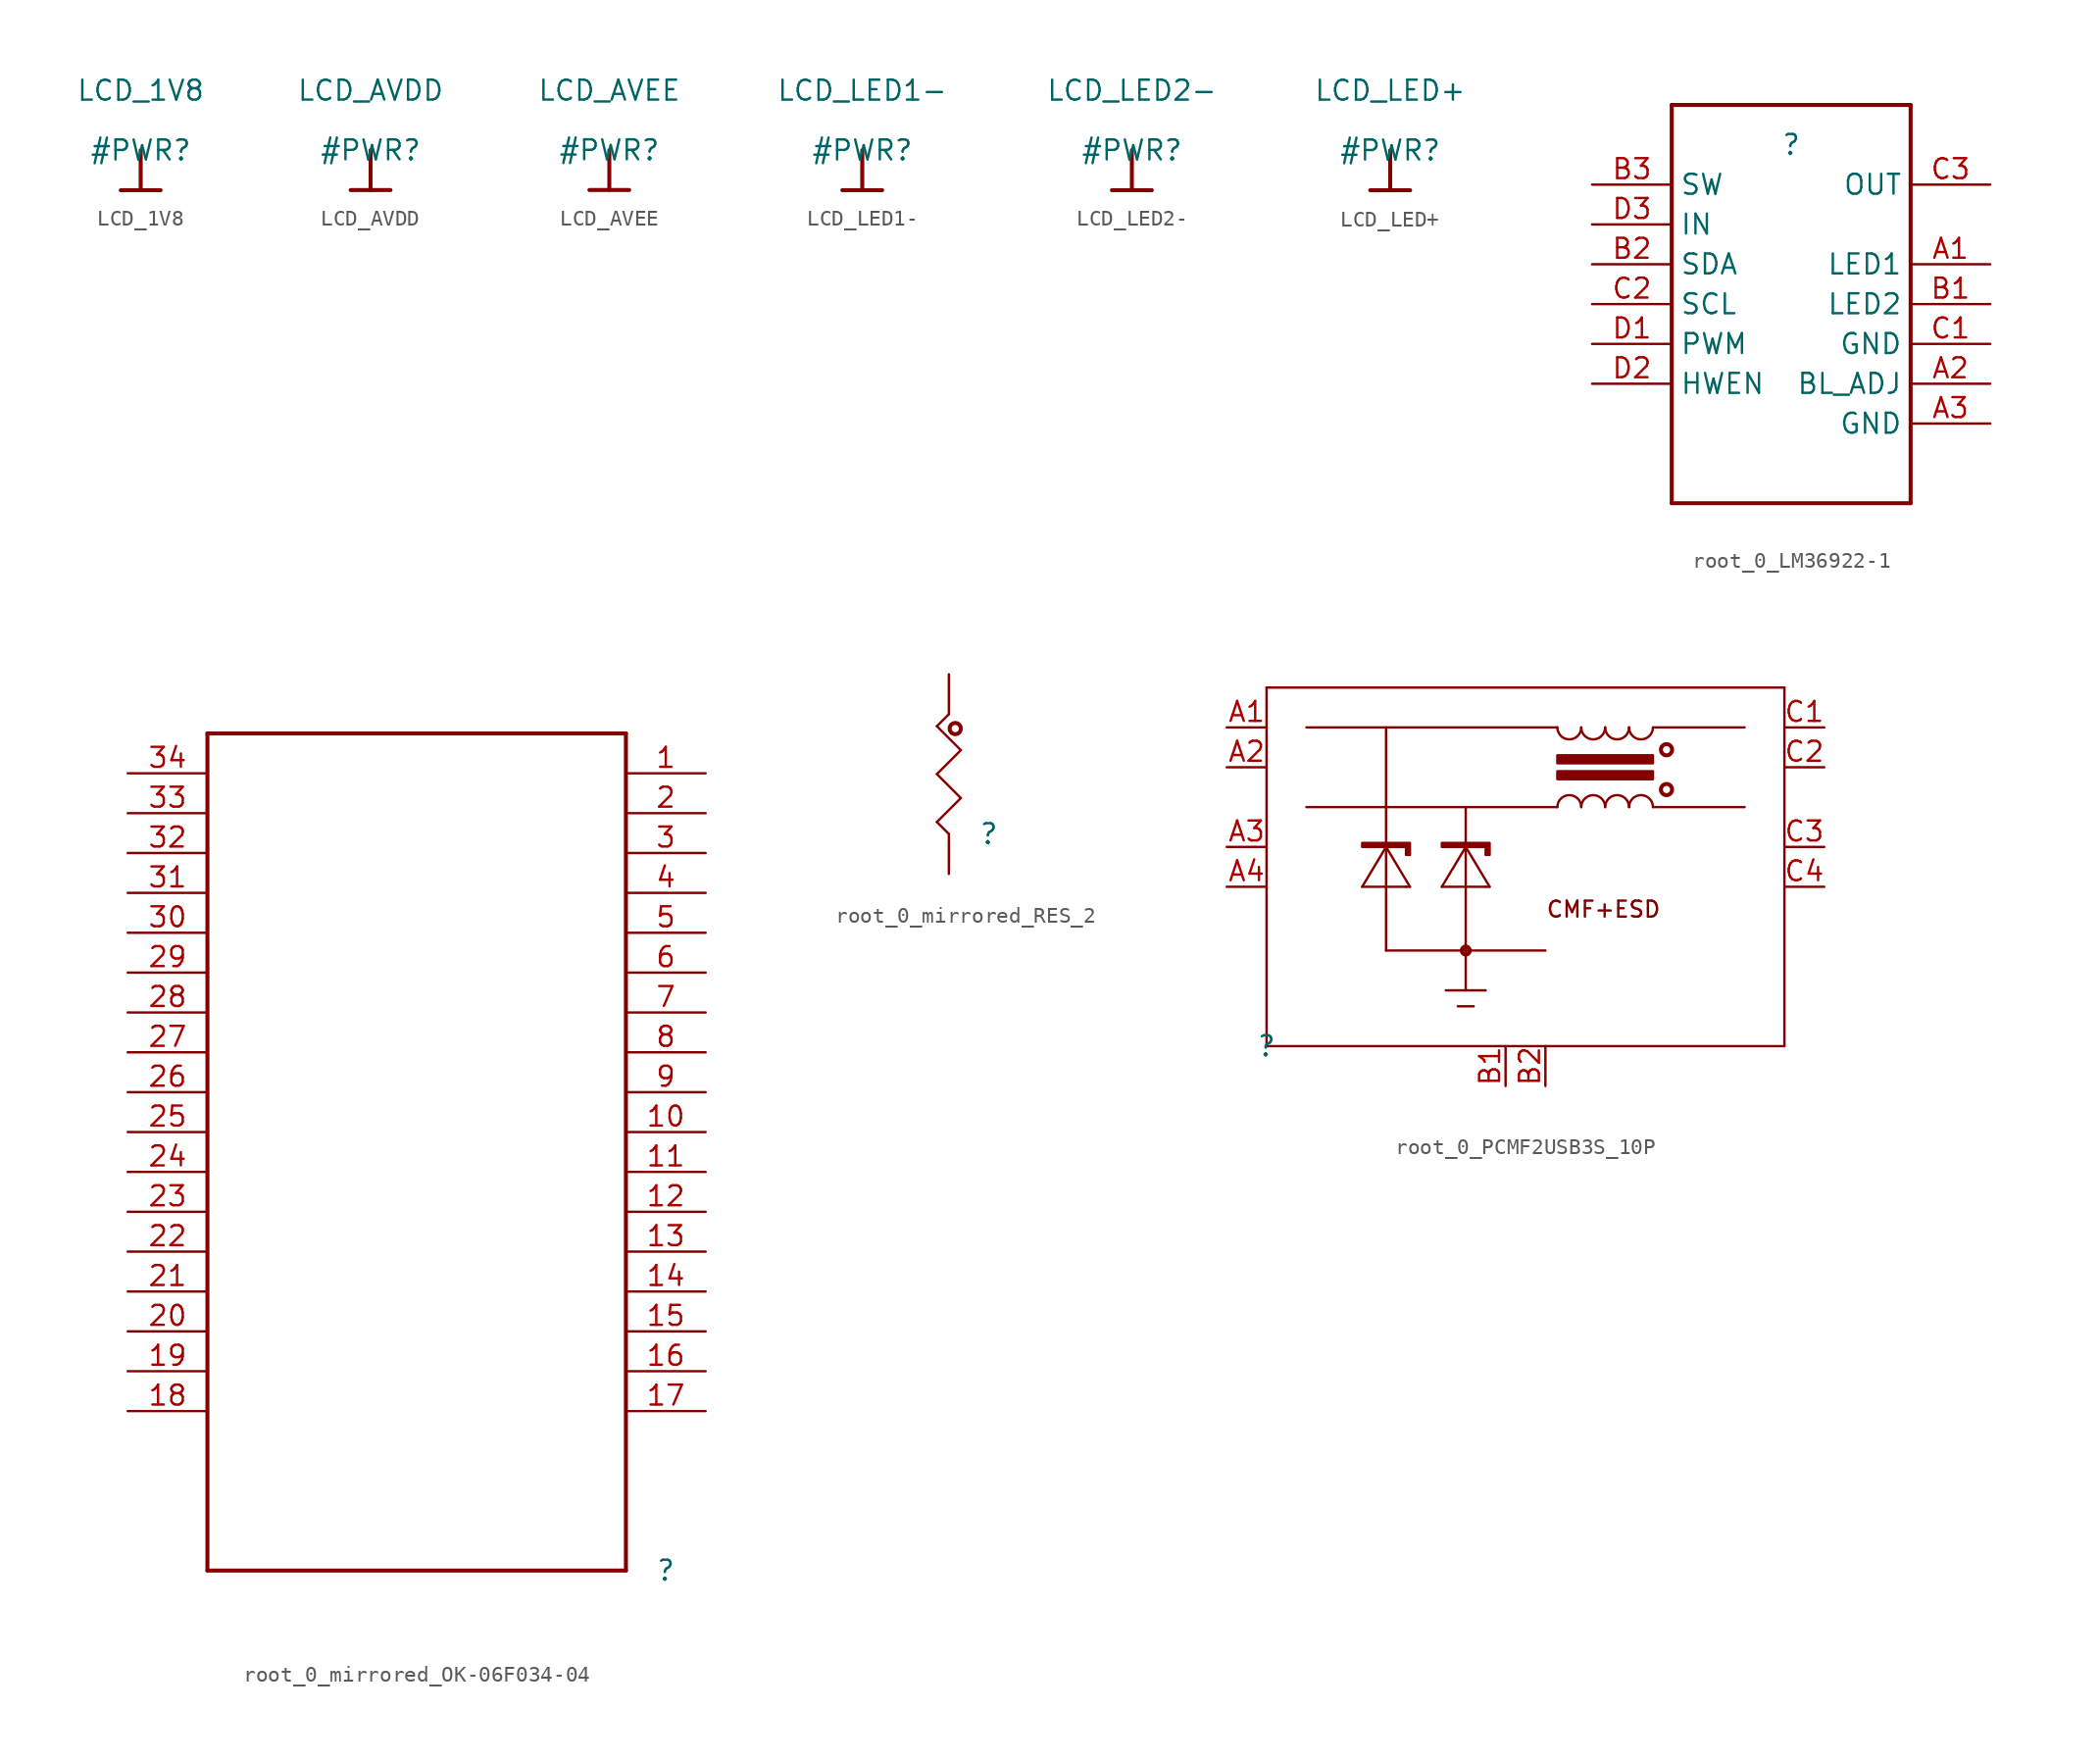
<source format=kicad_sym>
(kicad_symbol_lib
  (version 20220914)
  (generator kicad_symbol_editor)
  (symbol "LCD_1V8"
    (power)
    (property "Reference" "#PWR"
      (at 0 0 0)
      (effects (font (size 1.27 1.27))))
    (property "Value" "LCD_1V8"
      (at 0 3.81 0)
      (effects (font (size 1.27 1.27))))
    (symbol "LCD_1V8_0_0"
      (polyline (pts (xy -1.27 -2.54) (xy 1.27 -2.54)) (stroke (width 0.254) (type solid)) (fill (type none)))
      (polyline (pts (xy 0 0) (xy 0 -2.54)) (stroke (width 0.254) (type solid)) (fill (type none)))
      (pin power_in line (at 0 0 0) (length 0) hide (name "LCD_1V8" (effects (font (size 1.27 1.27)))) (number "" (effects (font (size 1.27 1.27)))))))
  (symbol "LCD_AVDD"
    (power)
    (property "Reference" "#PWR"
      (at 0 0 0)
      (effects (font (size 1.27 1.27))))
    (property "Value" "LCD_AVDD"
      (at 0 3.81 0)
      (effects (font (size 1.27 1.27))))
    (symbol "LCD_AVDD_0_0"
      (polyline (pts (xy -1.27 -2.54) (xy 1.27 -2.54)) (stroke (width 0.254) (type solid)) (fill (type none)))
      (polyline (pts (xy 0 0) (xy 0 -2.54)) (stroke (width 0.254) (type solid)) (fill (type none)))
      (pin power_in line (at 0 0 0) (length 0) hide (name "LCD_AVDD" (effects (font (size 1.27 1.27)))) (number "" (effects (font (size 1.27 1.27)))))))
  (symbol "LCD_AVEE"
    (power)
    (property "Reference" "#PWR"
      (at 0 0 0)
      (effects (font (size 1.27 1.27))))
    (property "Value" "LCD_AVEE"
      (at 0 3.81 0)
      (effects (font (size 1.27 1.27))))
    (symbol "LCD_AVEE_0_0"
      (polyline (pts (xy -1.27 -2.54) (xy 1.27 -2.54)) (stroke (width 0.254) (type solid)) (fill (type none)))
      (polyline (pts (xy 0 0) (xy 0 -2.54)) (stroke (width 0.254) (type solid)) (fill (type none)))
      (pin power_in line (at 0 0 0) (length 0) hide (name "LCD_AVEE" (effects (font (size 1.27 1.27)))) (number "" (effects (font (size 1.27 1.27)))))))
  (symbol "LCD_LED1-"
    (power)
    (property "Reference" "#PWR"
      (at 0 0 0)
      (effects (font (size 1.27 1.27))))
    (property "Value" "LCD_LED1-"
      (at 0 3.81 0)
      (effects (font (size 1.27 1.27))))
    (symbol "LCD_LED1-_0_0"
      (polyline (pts (xy -1.27 -2.54) (xy 1.27 -2.54)) (stroke (width 0.254) (type solid)) (fill (type none)))
      (polyline (pts (xy 0 0) (xy 0 -2.54)) (stroke (width 0.254) (type solid)) (fill (type none)))
      (pin power_in line (at 0 0 0) (length 0) hide (name "LCD_LED1-" (effects (font (size 1.27 1.27)))) (number "" (effects (font (size 1.27 1.27)))))))
  (symbol "LCD_LED2-"
    (power)
    (property "Reference" "#PWR"
      (at 0 0 0)
      (effects (font (size 1.27 1.27))))
    (property "Value" "LCD_LED2-"
      (at 0 3.81 0)
      (effects (font (size 1.27 1.27))))
    (symbol "LCD_LED2-_0_0"
      (polyline (pts (xy -1.27 -2.54) (xy 1.27 -2.54)) (stroke (width 0.254) (type solid)) (fill (type none)))
      (polyline (pts (xy 0 0) (xy 0 -2.54)) (stroke (width 0.254) (type solid)) (fill (type none)))
      (pin power_in line (at 0 0 0) (length 0) hide (name "LCD_LED2-" (effects (font (size 1.27 1.27)))) (number "" (effects (font (size 1.27 1.27)))))))
  (symbol "LCD_LED+"
    (power)
    (property "Reference" "#PWR"
      (at 0 0 0)
      (effects (font (size 1.27 1.27))))
    (property "Value" "LCD_LED+"
      (at 0 3.81 0)
      (effects (font (size 1.27 1.27))))
    (symbol "LCD_LED+_0_0"
      (polyline (pts (xy -1.27 -2.54) (xy 1.27 -2.54)) (stroke (width 0.254) (type solid)) (fill (type none)))
      (polyline (pts (xy 0 0) (xy 0 -2.54)) (stroke (width 0.254) (type solid)) (fill (type none)))
      (pin power_in line (at 0 0 0) (length 0) hide (name "LCD_LED+" (effects (font (size 1.27 1.27)))) (number "" (effects (font (size 1.27 1.27)))))))
  (symbol "root_0_LM36922-1"
    (property "Reference" ""
      (at 0 0 0)
      (effects (font (size 1.27 1.27))))
    (property "Value" ""
      (at 0 0 0)
      (effects (font (size 1.27 1.27))))
    (symbol "root_0_LM36922-1_1_0"
      (polyline (pts (xy -7.62 -22.86) (xy 7.62 -22.86)) (stroke (width 0.254) (type solid)) (fill (type none)))
      (polyline (pts (xy -7.62 2.54) (xy -7.62 -22.86)) (stroke (width 0.254) (type solid)) (fill (type none)))
      (polyline (pts (xy 7.62 -22.86) (xy 7.62 2.54)) (stroke (width 0.254) (type solid)) (fill (type none)))
      (polyline (pts (xy 7.62 2.54) (xy -7.62 2.54)) (stroke (width 0.254) (type solid)) (fill (type none)))
      (pin passive line (at 12.7 -7.62 180) (length 5.08) (name "LED1" (effects (font (size 1.27 1.27)))) (number "A1" (effects (font (size 1.27 1.27)))))
      (pin passive line (at 12.7 -15.24 180) (length 5.08) (name "BL_ADJ" (effects (font (size 1.27 1.27)))) (number "A2" (effects (font (size 1.27 1.27)))))
      (pin passive line (at 12.7 -17.78 180) (length 5.08) (name "GND" (effects (font (size 1.27 1.27)))) (number "A3" (effects (font (size 1.27 1.27)))))
      (pin passive line (at 12.7 -10.16 180) (length 5.08) (name "LED2" (effects (font (size 1.27 1.27)))) (number "B1" (effects (font (size 1.27 1.27)))))
      (pin passive line (at -12.7 -7.62 0) (length 5.08) (name "SDA" (effects (font (size 1.27 1.27)))) (number "B2" (effects (font (size 1.27 1.27)))))
      (pin passive line (at -12.7 -2.54 0) (length 5.08) (name "SW" (effects (font (size 1.27 1.27)))) (number "B3" (effects (font (size 1.27 1.27)))))
      (pin passive line (at 12.7 -12.7 180) (length 5.08) (name "GND" (effects (font (size 1.27 1.27)))) (number "C1" (effects (font (size 1.27 1.27)))))
      (pin passive line (at -12.7 -10.16 0) (length 5.08) (name "SCL" (effects (font (size 1.27 1.27)))) (number "C2" (effects (font (size 1.27 1.27)))))
      (pin passive line (at 12.7 -2.54 180) (length 5.08) (name "OUT" (effects (font (size 1.27 1.27)))) (number "C3" (effects (font (size 1.27 1.27)))))
      (pin passive line (at -12.7 -12.7 0) (length 5.08) (name "PWM" (effects (font (size 1.27 1.27)))) (number "D1" (effects (font (size 1.27 1.27)))))
      (pin passive line (at -12.7 -15.24 0) (length 5.08) (name "HWEN" (effects (font (size 1.27 1.27)))) (number "D2" (effects (font (size 1.27 1.27)))))
      (pin passive line (at -12.7 -5.08 0) (length 5.08) (name "IN" (effects (font (size 1.27 1.27)))) (number "D3" (effects (font (size 1.27 1.27)))))))
  (symbol "root_0_mirrored_OK-06F034-04"
    (property "Reference" ""
      (at 0 0 0)
      (effects (font (size 1.27 1.27))))
    (property "Value" ""
      (at 0 0 0)
      (effects (font (size 1.27 1.27))))
    (symbol "root_0_mirrored_OK-06F034-04_1_0"
      (polyline (pts (xy -29.21 0) (xy -29.21 53.34)) (stroke (width 0.254) (type solid)) (fill (type none)))
      (polyline (pts (xy -29.21 53.34) (xy -2.54 53.34)) (stroke (width 0.254) (type solid)) (fill (type none)))
      (polyline (pts (xy -2.54 0) (xy -29.21 0)) (stroke (width 0.254) (type solid)) (fill (type none)))
      (polyline (pts (xy -2.54 53.34) (xy -2.54 0)) (stroke (width 0.254) (type solid)) (fill (type none)))
      (pin passive line (at 2.54 50.8 180) (length 5.08) (name "1" (effects (font (size 0 0)))) (number "1" (effects (font (size 1.27 1.27)))))
      (pin passive line (at 2.54 27.94 180) (length 5.08) (name "10" (effects (font (size 0 0)))) (number "10" (effects (font (size 1.27 1.27)))))
      (pin passive line (at 2.54 25.4 180) (length 5.08) (name "11" (effects (font (size 0 0)))) (number "11" (effects (font (size 1.27 1.27)))))
      (pin passive line (at 2.54 22.86 180) (length 5.08) (name "12" (effects (font (size 0 0)))) (number "12" (effects (font (size 1.27 1.27)))))
      (pin passive line (at 2.54 20.32 180) (length 5.08) (name "13" (effects (font (size 0 0)))) (number "13" (effects (font (size 1.27 1.27)))))
      (pin passive line (at 2.54 17.78 180) (length 5.08) (name "14" (effects (font (size 0 0)))) (number "14" (effects (font (size 1.27 1.27)))))
      (pin passive line (at 2.54 15.24 180) (length 5.08) (name "15" (effects (font (size 0 0)))) (number "15" (effects (font (size 1.27 1.27)))))
      (pin passive line (at 2.54 12.7 180) (length 5.08) (name "16" (effects (font (size 0 0)))) (number "16" (effects (font (size 1.27 1.27)))))
      (pin passive line (at 2.54 10.16 180) (length 5.08) (name "17" (effects (font (size 0 0)))) (number "17" (effects (font (size 1.27 1.27)))))
      (pin passive line (at -34.29 10.16 0) (length 5.08) (name "18" (effects (font (size 0 0)))) (number "18" (effects (font (size 1.27 1.27)))))
      (pin passive line (at -34.29 12.7 0) (length 5.08) (name "19" (effects (font (size 0 0)))) (number "19" (effects (font (size 1.27 1.27)))))
      (pin passive line (at 2.54 48.26 180) (length 5.08) (name "2" (effects (font (size 0 0)))) (number "2" (effects (font (size 1.27 1.27)))))
      (pin passive line (at -34.29 15.24 0) (length 5.08) (name "20" (effects (font (size 0 0)))) (number "20" (effects (font (size 1.27 1.27)))))
      (pin passive line (at -34.29 17.78 0) (length 5.08) (name "21" (effects (font (size 0 0)))) (number "21" (effects (font (size 1.27 1.27)))))
      (pin passive line (at -34.29 20.32 0) (length 5.08) (name "22" (effects (font (size 0 0)))) (number "22" (effects (font (size 1.27 1.27)))))
      (pin passive line (at -34.29 22.86 0) (length 5.08) (name "23" (effects (font (size 0 0)))) (number "23" (effects (font (size 1.27 1.27)))))
      (pin passive line (at -34.29 25.4 0) (length 5.08) (name "24" (effects (font (size 0 0)))) (number "24" (effects (font (size 1.27 1.27)))))
      (pin passive line (at -34.29 27.94 0) (length 5.08) (name "25" (effects (font (size 0 0)))) (number "25" (effects (font (size 1.27 1.27)))))
      (pin passive line (at -34.29 30.48 0) (length 5.08) (name "26" (effects (font (size 0 0)))) (number "26" (effects (font (size 1.27 1.27)))))
      (pin passive line (at -34.29 33.02 0) (length 5.08) (name "27" (effects (font (size 0 0)))) (number "27" (effects (font (size 1.27 1.27)))))
      (pin passive line (at -34.29 35.56 0) (length 5.08) (name "28" (effects (font (size 0 0)))) (number "28" (effects (font (size 1.27 1.27)))))
      (pin passive line (at -34.29 38.1 0) (length 5.08) (name "29" (effects (font (size 0 0)))) (number "29" (effects (font (size 1.27 1.27)))))
      (pin passive line (at 2.54 45.72 180) (length 5.08) (name "3" (effects (font (size 0 0)))) (number "3" (effects (font (size 1.27 1.27)))))
      (pin passive line (at -34.29 40.64 0) (length 5.08) (name "30" (effects (font (size 0 0)))) (number "30" (effects (font (size 1.27 1.27)))))
      (pin passive line (at -34.29 43.18 0) (length 5.08) (name "31" (effects (font (size 0 0)))) (number "31" (effects (font (size 1.27 1.27)))))
      (pin passive line (at -34.29 45.72 0) (length 5.08) (name "32" (effects (font (size 0 0)))) (number "32" (effects (font (size 1.27 1.27)))))
      (pin passive line (at -34.29 48.26 0) (length 5.08) (name "33" (effects (font (size 0 0)))) (number "33" (effects (font (size 1.27 1.27)))))
      (pin passive line (at -34.29 50.8 0) (length 5.08) (name "34" (effects (font (size 0 0)))) (number "34" (effects (font (size 1.27 1.27)))))
      (pin passive line (at 2.54 43.18 180) (length 5.08) (name "4" (effects (font (size 0 0)))) (number "4" (effects (font (size 1.27 1.27)))))
      (pin passive line (at 2.54 40.64 180) (length 5.08) (name "5" (effects (font (size 0 0)))) (number "5" (effects (font (size 1.27 1.27)))))
      (pin passive line (at 2.54 38.1 180) (length 5.08) (name "6" (effects (font (size 0 0)))) (number "6" (effects (font (size 1.27 1.27)))))
      (pin passive line (at 2.54 35.56 180) (length 5.08) (name "7" (effects (font (size 0 0)))) (number "7" (effects (font (size 1.27 1.27)))))
      (pin passive line (at 2.54 33.02 180) (length 5.08) (name "8" (effects (font (size 0 0)))) (number "8" (effects (font (size 1.27 1.27)))))
      (pin passive line (at 2.54 30.48 180) (length 5.08) (name "9" (effects (font (size 0 0)))) (number "9" (effects (font (size 1.27 1.27)))))))
  (symbol "root_0_mirrored_RES_2"
    (property "Reference" ""
      (at 0 0 0)
      (effects (font (size 1.27 1.27))))
    (property "Value" ""
      (at 0 0 0)
      (effects (font (size 1.27 1.27))))
    (symbol "root_0_mirrored_RES_2_1_0"
      (circle (center -2.134 6.706) (radius 0.356) (stroke (width 0.254) (type solid)) (fill (type none)))
      (polyline (pts (xy -3.302 0.762) (xy -2.54 0)) (stroke (width 0) (type solid)) (fill (type none)))
      (polyline (pts (xy -3.302 3.81) (xy -1.778 2.286)) (stroke (width 0) (type solid)) (fill (type none)))
      (polyline (pts (xy -3.302 6.858) (xy -1.778 5.334)) (stroke (width 0) (type solid)) (fill (type none)))
      (polyline (pts (xy -2.54 7.62) (xy -3.302 6.858)) (stroke (width 0) (type solid)) (fill (type none)))
      (polyline (pts (xy -1.778 2.286) (xy -3.302 0.762)) (stroke (width 0) (type solid)) (fill (type none)))
      (polyline (pts (xy -1.778 5.334) (xy -3.302 3.81)) (stroke (width 0) (type solid)) (fill (type none)))
      (pin passive line (at -2.54 10.16 270) (length 2.54) (name "1" (effects (font (size 0 0)))) (number "1" (effects (font (size 0 0)))))
      (pin passive line (at -2.54 -2.54 90) (length 2.54) (name "2" (effects (font (size 0 0)))) (number "2" (effects (font (size 0 0)))))))
  (symbol "root_0_PCMF2USB3S_10P"
    (property "Reference" ""
      (at 0 0 0)
      (effects (font (size 1.27 1.27))))
    (property "Value" ""
      (at 0 0 0)
      (effects (font (size 1.27 1.27))))
    (symbol "root_0_PCMF2USB3S_10P_1_0"
      (polyline (pts (xy 0 0) (xy 0 22.86)) (stroke (width 0) (type solid)) (fill (type none)))
      (polyline (pts (xy 0 22.86) (xy 33.02 22.86)) (stroke (width 0) (type solid)) (fill (type none)))
      (polyline (pts (xy 6.096 10.16) (xy 8.89 10.16)) (stroke (width 0) (type solid)) (fill (type none)))
      (polyline (pts (xy 7.62 6.096) (xy 7.62 20.32)) (stroke (width 0) (type solid)) (fill (type none)))
      (polyline (pts (xy 7.62 6.096) (xy 17.78 6.096)) (stroke (width 0) (type solid)) (fill (type none)))
      (polyline (pts (xy 7.62 12.7) (xy 6.096 10.16)) (stroke (width 0) (type solid)) (fill (type none)))
      (polyline (pts (xy 7.62 12.7) (xy 7.62 12.7)) (stroke (width 0) (type solid)) (fill (type none)))
      (polyline (pts (xy 8.89 10.16) (xy 9.144 10.16)) (stroke (width 0) (type solid)) (fill (type none)))
      (polyline (pts (xy 9.144 10.16) (xy 7.62 12.7)) (stroke (width 0) (type solid)) (fill (type none)))
      (polyline (pts (xy 11.176 10.16) (xy 13.97 10.16)) (stroke (width 0) (type solid)) (fill (type none)))
      (polyline (pts (xy 11.43 3.556) (xy 13.97 3.556)) (stroke (width 0) (type solid)) (fill (type none)))
      (polyline (pts (xy 12.192 2.54) (xy 13.208 2.54)) (stroke (width 0) (type solid)) (fill (type none)))
      (polyline (pts (xy 12.7 3.556) (xy 12.7 15.24)) (stroke (width 0) (type solid)) (fill (type none)))
      (polyline (pts (xy 12.7 12.7) (xy 11.176 10.16)) (stroke (width 0) (type solid)) (fill (type none)))
      (polyline (pts (xy 12.7 12.7) (xy 12.7 12.7)) (stroke (width 0) (type solid)) (fill (type none)))
      (polyline (pts (xy 13.97 10.16) (xy 14.224 10.16)) (stroke (width 0) (type solid)) (fill (type none)))
      (polyline (pts (xy 14.224 10.16) (xy 12.7 12.7)) (stroke (width 0) (type solid)) (fill (type none)))
      (polyline (pts (xy 18.542 15.24) (xy 2.54 15.24)) (stroke (width 0) (type solid)) (fill (type none)))
      (polyline (pts (xy 18.542 20.32) (xy 2.54 20.32)) (stroke (width 0) (type solid)) (fill (type none)))
      (polyline (pts (xy 24.638 15.24) (xy 30.48 15.24)) (stroke (width 0) (type solid)) (fill (type none)))
      (polyline (pts (xy 24.638 20.32) (xy 30.48 20.32)) (stroke (width 0) (type solid)) (fill (type none)))
      (polyline (pts (xy 33.02 0) (xy 0 0)) (stroke (width 0) (type solid)) (fill (type none)))
      (polyline (pts (xy 33.02 22.86) (xy 33.02 0)) (stroke (width 0) (type solid)) (fill (type none)))
      (polyline (pts (xy 18.542 17.018) (xy 18.542 17.526) (xy 24.638 17.526) (xy 24.638 17.018) (xy 18.542 17.018) (xy 18.542 17.018)) (stroke (width 0) (type solid)) (fill (type outline)))
      (polyline (pts (xy 18.542 18.034) (xy 18.542 18.542) (xy 24.638 18.542) (xy 24.638 18.034) (xy 18.542 18.034) (xy 18.542 18.034)) (stroke (width 0) (type solid)) (fill (type outline)))
      (polyline (pts (xy 6.096 12.7) (xy 6.096 12.7) (xy 8.89 12.7) (xy 8.89 12.192) (xy 9.144 12.192) (xy 9.144 12.954) (xy 6.096 12.954) (xy 6.096 12.7) (xy 6.096 12.7)) (stroke (width 0) (type solid)) (fill (type outline)))
      (polyline (pts (xy 11.176 12.7) (xy 11.176 12.7) (xy 13.97 12.7) (xy 13.97 12.192) (xy 14.224 12.192) (xy 14.224 12.954) (xy 11.176 12.954) (xy 11.176 12.7) (xy 11.176 12.7)) (stroke (width 0) (type solid)) (fill (type outline)))
      (circle (center 12.7 6.096) (radius 0.254) (stroke (width 0.254) (type solid)) (fill (type none)))
      (arc (start 18.542 20.32) (mid 19.304 19.558) (end 20.066 20.32) (stroke (width 0) (type solid)) (fill (type none)))
      (arc (start 20.066 15.24) (mid 19.304 16.002) (end 18.542 15.24) (stroke (width 0) (type solid)) (fill (type none)))
      (arc (start 20.066 20.32) (mid 20.828 19.558) (end 21.59 20.32) (stroke (width 0) (type solid)) (fill (type none)))
      (arc (start 21.59 15.24) (mid 20.828 16.002) (end 20.066 15.24) (stroke (width 0) (type solid)) (fill (type none)))
      (arc (start 21.59 20.32) (mid 22.352 19.558) (end 23.114 20.32) (stroke (width 0) (type solid)) (fill (type none)))
      (arc (start 23.114 15.24) (mid 22.352 16.002) (end 21.59 15.24) (stroke (width 0) (type solid)) (fill (type none)))
      (arc (start 23.114 20.32) (mid 23.876 19.558) (end 24.638 20.32) (stroke (width 0) (type solid)) (fill (type none)))
      (arc (start 24.638 15.24) (mid 23.876 16.002) (end 23.114 15.24) (stroke (width 0) (type solid)) (fill (type none)))
      (circle (center 25.502 16.358) (radius 0.356) (stroke (width 0.254) (type solid)) (fill (type none)))
      (circle (center 25.502 18.898) (radius 0.356) (stroke (width 0.254) (type solid)) (fill (type none)))
      (text "CMF+ESD" (at 17.78 8.128 0) (effects (font (size 1.016 1.016)) (justify left bottom)))
      (pin passive line (at -2.54 20.32 0) (length 2.54) (name "CH1_IN+" (effects (font (size 0 0)))) (number "A1" (effects (font (size 1.27 1.27)))))
      (pin passive line (at -2.54 17.78 0) (length 2.54) (name "CH1_IN-" (effects (font (size 0 0)))) (number "A2" (effects (font (size 1.27 1.27)))))
      (pin passive line (at -2.54 12.7 0) (length 2.54) (name "CH2_IN+" (effects (font (size 0 0)))) (number "A3" (effects (font (size 1.27 1.27)))))
      (pin passive line (at -2.54 10.16 0) (length 2.54) (name "CH2_IN-" (effects (font (size 0 0)))) (number "A4" (effects (font (size 1.27 1.27)))))
      (pin power_in line (at 15.24 -2.54 90) (length 2.54) (name "GND_CH1" (effects (font (size 0 0)))) (number "B1" (effects (font (size 1.27 1.27)))))
      (pin power_in line (at 17.78 -2.54 90) (length 2.54) (name "GND_CH2" (effects (font (size 0 0)))) (number "B2" (effects (font (size 1.27 1.27)))))
      (pin passive line (at 35.56 20.32 180) (length 2.54) (name "CH1_OUT+" (effects (font (size 0 0)))) (number "C1" (effects (font (size 1.27 1.27)))))
      (pin passive line (at 35.56 17.78 180) (length 2.54) (name "CH1_OUT-" (effects (font (size 0 0)))) (number "C2" (effects (font (size 1.27 1.27)))))
      (pin passive line (at 35.56 12.7 180) (length 2.54) (name "CH2_OUT+" (effects (font (size 0 0)))) (number "C3" (effects (font (size 1.27 1.27)))))
      (pin passive line (at 35.56 10.16 180) (length 2.54) (name "CH2_OUT-" (effects (font (size 0 0)))) (number "C4" (effects (font (size 1.27 1.27))))))))
</source>
